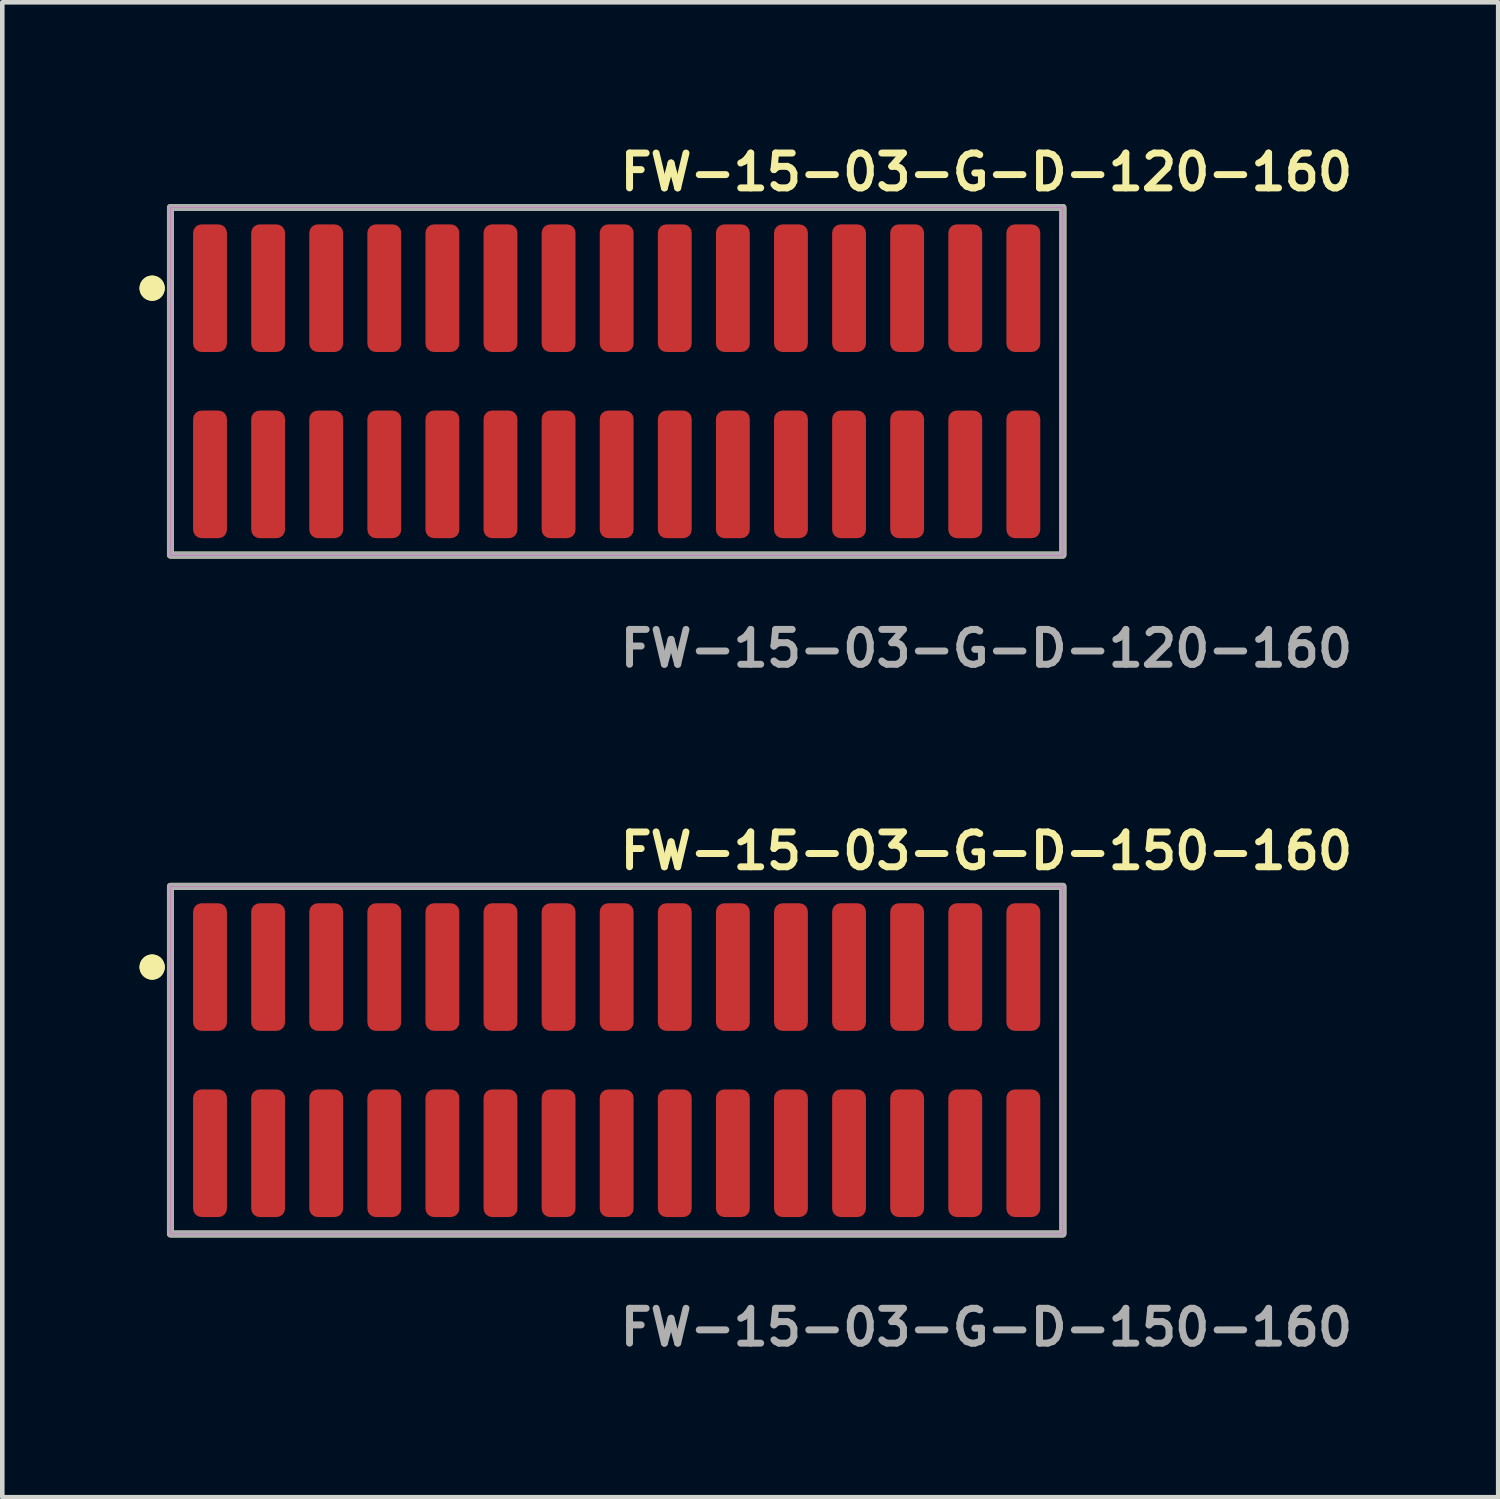
<source format=kicad_pcb>
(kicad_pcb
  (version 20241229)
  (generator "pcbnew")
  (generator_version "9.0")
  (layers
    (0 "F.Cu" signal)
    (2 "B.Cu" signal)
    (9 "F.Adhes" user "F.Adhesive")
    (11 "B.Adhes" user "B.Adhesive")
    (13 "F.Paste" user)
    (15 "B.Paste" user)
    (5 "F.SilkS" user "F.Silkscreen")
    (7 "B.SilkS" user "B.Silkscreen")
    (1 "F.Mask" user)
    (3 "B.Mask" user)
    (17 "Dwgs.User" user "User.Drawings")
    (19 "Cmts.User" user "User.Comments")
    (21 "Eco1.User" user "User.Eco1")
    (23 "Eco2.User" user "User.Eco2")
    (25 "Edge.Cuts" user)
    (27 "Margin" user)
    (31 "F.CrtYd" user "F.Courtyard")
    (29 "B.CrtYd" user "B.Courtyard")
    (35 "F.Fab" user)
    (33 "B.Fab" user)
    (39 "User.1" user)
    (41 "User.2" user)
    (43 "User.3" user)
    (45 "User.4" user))
  (footprint "FW-15-03-G-D-120-160"
    (layer "F.Cu")
    (at 10.431 5.285)
    (property "Reference" "FW-15-03-G-D-120-160" (at 0 -4.572 0) (unlocked yes) (layer "F.SilkS") (effects (font (size 0.762 0.762) (thickness 0.152)) (justify left)))
    (fp_rect (start -9.755 3.8) (end 9.755 -3.8) (stroke (width 0.152) (type solid)) (fill no) (layer "F.SilkS"))
    (fp_circle (center -10.155 -2.035) (end -10.355 -2.035) (stroke (width 0.152) (type solid)) (fill yes) (layer "F.SilkS"))
    (fp_circle (center -10.155 -2.035) (end -10.355 -2.035) (stroke (width 0.152) (type solid)) (fill yes) (layer "F.SilkS"))
    (fp_rect (start -9.755 3.8) (end 9.755 -3.8) (stroke (width 0.006) (type solid)) (fill no) (layer "F.CrtYd"))
    (fp_rect (start -9.755 3.8) (end 9.755 -3.8) (stroke (width 0.152) (type solid)) (fill no) (layer "F.Fab"))
    (fp_text user "${REFERENCE}" (at 0 5.842 0) (unlocked yes) (layer "F.Fab") (effects (font (size 0.762 0.762) (thickness 0.152)) (justify left)))
    (pad "1" smd roundrect (at -8.89 -2.035) (size 0.74 2.79) (layers "F.Cu" "F.Paste") (roundrect_rratio 0.25))
    (pad "2" smd roundrect (at -8.89 2.035) (size 0.74 2.79) (layers "F.Cu" "F.Paste") (roundrect_rratio 0.25))
    (pad "3" smd roundrect (at -7.62 -2.035) (size 0.74 2.79) (layers "F.Cu" "F.Paste") (roundrect_rratio 0.25))
    (pad "4" smd roundrect (at -7.62 2.035) (size 0.74 2.79) (layers "F.Cu" "F.Paste") (roundrect_rratio 0.25))
    (pad "5" smd roundrect (at -6.35 -2.035) (size 0.74 2.79) (layers "F.Cu" "F.Paste") (roundrect_rratio 0.25))
    (pad "6" smd roundrect (at -6.35 2.035) (size 0.74 2.79) (layers "F.Cu" "F.Paste") (roundrect_rratio 0.25))
    (pad "7" smd roundrect (at -5.08 -2.035) (size 0.74 2.79) (layers "F.Cu" "F.Paste") (roundrect_rratio 0.25))
    (pad "8" smd roundrect (at -5.08 2.035) (size 0.74 2.79) (layers "F.Cu" "F.Paste") (roundrect_rratio 0.25))
    (pad "9" smd roundrect (at -3.81 -2.035) (size 0.74 2.79) (layers "F.Cu" "F.Paste") (roundrect_rratio 0.25))
    (pad "10" smd roundrect (at -3.81 2.035) (size 0.74 2.79) (layers "F.Cu" "F.Paste") (roundrect_rratio 0.25))
    (pad "11" smd roundrect (at -2.54 -2.035) (size 0.74 2.79) (layers "F.Cu" "F.Paste") (roundrect_rratio 0.25))
    (pad "12" smd roundrect (at -2.54 2.035) (size 0.74 2.79) (layers "F.Cu" "F.Paste") (roundrect_rratio 0.25))
    (pad "13" smd roundrect (at -1.27 -2.035) (size 0.74 2.79) (layers "F.Cu" "F.Paste") (roundrect_rratio 0.25))
    (pad "14" smd roundrect (at -1.27 2.035) (size 0.74 2.79) (layers "F.Cu" "F.Paste") (roundrect_rratio 0.25))
    (pad "15" smd roundrect (at 0 -2.035) (size 0.74 2.79) (layers "F.Cu" "F.Paste") (roundrect_rratio 0.25))
    (pad "16" smd roundrect (at 0 2.035) (size 0.74 2.79) (layers "F.Cu" "F.Paste") (roundrect_rratio 0.25))
    (pad "17" smd roundrect (at 1.27 -2.035) (size 0.74 2.79) (layers "F.Cu" "F.Paste") (roundrect_rratio 0.25))
    (pad "18" smd roundrect (at 1.27 2.035) (size 0.74 2.79) (layers "F.Cu" "F.Paste") (roundrect_rratio 0.25))
    (pad "19" smd roundrect (at 2.54 -2.035) (size 0.74 2.79) (layers "F.Cu" "F.Paste") (roundrect_rratio 0.25))
    (pad "20" smd roundrect (at 2.54 2.035) (size 0.74 2.79) (layers "F.Cu" "F.Paste") (roundrect_rratio 0.25))
    (pad "21" smd roundrect (at 3.81 -2.035) (size 0.74 2.79) (layers "F.Cu" "F.Paste") (roundrect_rratio 0.25))
    (pad "22" smd roundrect (at 3.81 2.035) (size 0.74 2.79) (layers "F.Cu" "F.Paste") (roundrect_rratio 0.25))
    (pad "23" smd roundrect (at 5.08 -2.035) (size 0.74 2.79) (layers "F.Cu" "F.Paste") (roundrect_rratio 0.25))
    (pad "24" smd roundrect (at 5.08 2.035) (size 0.74 2.79) (layers "F.Cu" "F.Paste") (roundrect_rratio 0.25))
    (pad "25" smd roundrect (at 6.35 -2.035) (size 0.74 2.79) (layers "F.Cu" "F.Paste") (roundrect_rratio 0.25))
    (pad "26" smd roundrect (at 6.35 2.035) (size 0.74 2.79) (layers "F.Cu" "F.Paste") (roundrect_rratio 0.25))
    (pad "27" smd roundrect (at 7.62 -2.035) (size 0.74 2.79) (layers "F.Cu" "F.Paste") (roundrect_rratio 0.25))
    (pad "28" smd roundrect (at 7.62 2.035) (size 0.74 2.79) (layers "F.Cu" "F.Paste") (roundrect_rratio 0.25))
    (pad "29" smd roundrect (at 8.89 -2.035) (size 0.74 2.79) (layers "F.Cu" "F.Paste") (roundrect_rratio 0.25))
    (pad "30" smd roundrect (at 8.89 2.035) (size 0.74 2.79) (layers "F.Cu" "F.Paste") (roundrect_rratio 0.25)))
  (footprint "FW-15-03-G-D-150-160"
    (layer "F.Cu")
    (at 10.431 20.126)
    (property "Reference" "FW-15-03-G-D-150-160" (at 0 -4.572 0) (unlocked yes) (layer "F.SilkS") (effects (font (size 0.762 0.762) (thickness 0.152)) (justify left)))
    (fp_rect (start -9.755 3.8) (end 9.755 -3.8) (stroke (width 0.152) (type solid)) (fill no) (layer "F.SilkS"))
    (fp_circle (center -10.155 -2.035) (end -10.355 -2.035) (stroke (width 0.152) (type solid)) (fill yes) (layer "F.SilkS"))
    (fp_circle (center -10.155 -2.035) (end -10.355 -2.035) (stroke (width 0.152) (type solid)) (fill yes) (layer "F.SilkS"))
    (fp_rect (start -9.755 3.8) (end 9.755 -3.8) (stroke (width 0.006) (type solid)) (fill no) (layer "F.CrtYd"))
    (fp_rect (start -9.755 3.8) (end 9.755 -3.8) (stroke (width 0.152) (type solid)) (fill no) (layer "F.Fab"))
    (fp_text user "${REFERENCE}" (at 0 5.842 0) (unlocked yes) (layer "F.Fab") (effects (font (size 0.762 0.762) (thickness 0.152)) (justify left)))
    (pad "1" smd roundrect (at -8.89 -2.035) (size 0.74 2.79) (layers "F.Cu" "F.Paste") (roundrect_rratio 0.25))
    (pad "2" smd roundrect (at -8.89 2.035) (size 0.74 2.79) (layers "F.Cu" "F.Paste") (roundrect_rratio 0.25))
    (pad "3" smd roundrect (at -7.62 -2.035) (size 0.74 2.79) (layers "F.Cu" "F.Paste") (roundrect_rratio 0.25))
    (pad "4" smd roundrect (at -7.62 2.035) (size 0.74 2.79) (layers "F.Cu" "F.Paste") (roundrect_rratio 0.25))
    (pad "5" smd roundrect (at -6.35 -2.035) (size 0.74 2.79) (layers "F.Cu" "F.Paste") (roundrect_rratio 0.25))
    (pad "6" smd roundrect (at -6.35 2.035) (size 0.74 2.79) (layers "F.Cu" "F.Paste") (roundrect_rratio 0.25))
    (pad "7" smd roundrect (at -5.08 -2.035) (size 0.74 2.79) (layers "F.Cu" "F.Paste") (roundrect_rratio 0.25))
    (pad "8" smd roundrect (at -5.08 2.035) (size 0.74 2.79) (layers "F.Cu" "F.Paste") (roundrect_rratio 0.25))
    (pad "9" smd roundrect (at -3.81 -2.035) (size 0.74 2.79) (layers "F.Cu" "F.Paste") (roundrect_rratio 0.25))
    (pad "10" smd roundrect (at -3.81 2.035) (size 0.74 2.79) (layers "F.Cu" "F.Paste") (roundrect_rratio 0.25))
    (pad "11" smd roundrect (at -2.54 -2.035) (size 0.74 2.79) (layers "F.Cu" "F.Paste") (roundrect_rratio 0.25))
    (pad "12" smd roundrect (at -2.54 2.035) (size 0.74 2.79) (layers "F.Cu" "F.Paste") (roundrect_rratio 0.25))
    (pad "13" smd roundrect (at -1.27 -2.035) (size 0.74 2.79) (layers "F.Cu" "F.Paste") (roundrect_rratio 0.25))
    (pad "14" smd roundrect (at -1.27 2.035) (size 0.74 2.79) (layers "F.Cu" "F.Paste") (roundrect_rratio 0.25))
    (pad "15" smd roundrect (at 0 -2.035) (size 0.74 2.79) (layers "F.Cu" "F.Paste") (roundrect_rratio 0.25))
    (pad "16" smd roundrect (at 0 2.035) (size 0.74 2.79) (layers "F.Cu" "F.Paste") (roundrect_rratio 0.25))
    (pad "17" smd roundrect (at 1.27 -2.035) (size 0.74 2.79) (layers "F.Cu" "F.Paste") (roundrect_rratio 0.25))
    (pad "18" smd roundrect (at 1.27 2.035) (size 0.74 2.79) (layers "F.Cu" "F.Paste") (roundrect_rratio 0.25))
    (pad "19" smd roundrect (at 2.54 -2.035) (size 0.74 2.79) (layers "F.Cu" "F.Paste") (roundrect_rratio 0.25))
    (pad "20" smd roundrect (at 2.54 2.035) (size 0.74 2.79) (layers "F.Cu" "F.Paste") (roundrect_rratio 0.25))
    (pad "21" smd roundrect (at 3.81 -2.035) (size 0.74 2.79) (layers "F.Cu" "F.Paste") (roundrect_rratio 0.25))
    (pad "22" smd roundrect (at 3.81 2.035) (size 0.74 2.79) (layers "F.Cu" "F.Paste") (roundrect_rratio 0.25))
    (pad "23" smd roundrect (at 5.08 -2.035) (size 0.74 2.79) (layers "F.Cu" "F.Paste") (roundrect_rratio 0.25))
    (pad "24" smd roundrect (at 5.08 2.035) (size 0.74 2.79) (layers "F.Cu" "F.Paste") (roundrect_rratio 0.25))
    (pad "25" smd roundrect (at 6.35 -2.035) (size 0.74 2.79) (layers "F.Cu" "F.Paste") (roundrect_rratio 0.25))
    (pad "26" smd roundrect (at 6.35 2.035) (size 0.74 2.79) (layers "F.Cu" "F.Paste") (roundrect_rratio 0.25))
    (pad "27" smd roundrect (at 7.62 -2.035) (size 0.74 2.79) (layers "F.Cu" "F.Paste") (roundrect_rratio 0.25))
    (pad "28" smd roundrect (at 7.62 2.035) (size 0.74 2.79) (layers "F.Cu" "F.Paste") (roundrect_rratio 0.25))
    (pad "29" smd roundrect (at 8.89 -2.035) (size 0.74 2.79) (layers "F.Cu" "F.Paste") (roundrect_rratio 0.25))
    (pad "30" smd roundrect (at 8.89 2.035) (size 0.74 2.79) (layers "F.Cu" "F.Paste") (roundrect_rratio 0.25)))
  (gr_rect
    (start -3 -3)
    (end 29.702 29.681)
    (stroke (width 0.1) (type default))
    (fill no)
    (layer "Edge.Cuts")))
</source>
